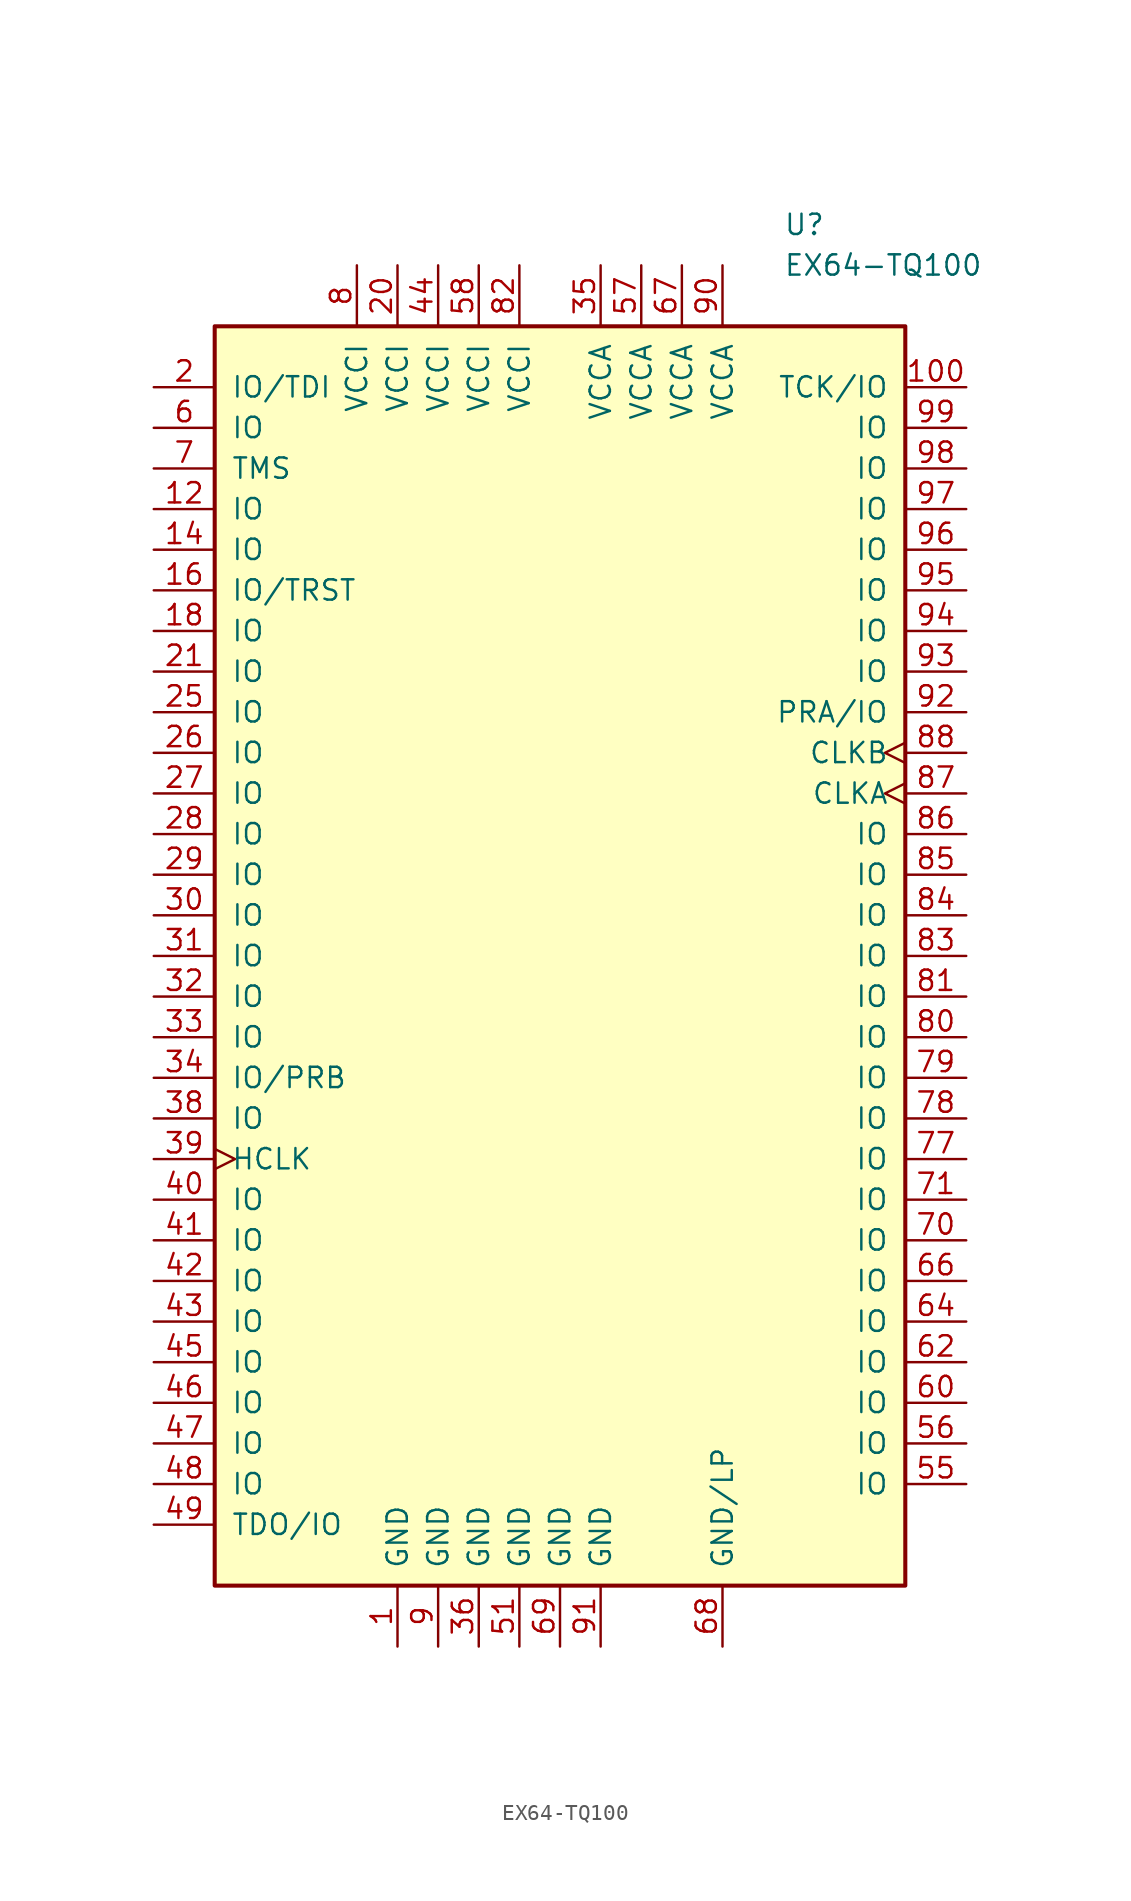
<source format=kicad_sym>
(kicad_symbol_lib
  (version 20201005)
  (generator kicad_symbol_editor)
  (symbol "EX64-TQ100"
    (pin_names
      (offset 1.016))
    (property "Reference" "U"
      (at 13.97 45.72 0)
      (effects (font (size 1.27 1.27)) (justify left)))
    (property "Value" "EX64-TQ100"
      (at 13.97 43.18 0)
      (effects (font (size 1.27 1.27)) (justify left)))
    (symbol "EX64-TQ100_0_1"
      (rectangle (start -21.59 39.37) (end 21.59 -39.37) (stroke (width 0.254)) (fill (type background))))
    (symbol "EX64-TQ100_1_1"
      (pin power_out line (at -10.16 -43.18 90) (length 3.81) (name "GND" (effects (font (size 1.27 1.27)))) (number "1" (effects (font (size 1.27 1.27)))))
      (pin bidirectional line (at 25.4 35.56 180) (length 3.81) (name "TCK/IO" (effects (font (size 1.27 1.27)))) (number "100" (effects (font (size 1.27 1.27)))))
      (pin bidirectional line (at -25.4 27.94 0) (length 3.81) (name "IO" (effects (font (size 1.27 1.27)))) (number "12" (effects (font (size 1.27 1.27)))))
      (pin bidirectional line (at -25.4 25.4 0) (length 3.81) (name "IO" (effects (font (size 1.27 1.27)))) (number "14" (effects (font (size 1.27 1.27)))))
      (pin bidirectional line (at -25.4 22.86 0) (length 3.81) (name "IO/TRST" (effects (font (size 1.27 1.27)))) (number "16" (effects (font (size 1.27 1.27)))))
      (pin bidirectional line (at -25.4 20.32 0) (length 3.81) (name "IO" (effects (font (size 1.27 1.27)))) (number "18" (effects (font (size 1.27 1.27)))))
      (pin bidirectional line (at -25.4 35.56 0) (length 3.81) (name "IO/TDI" (effects (font (size 1.27 1.27)))) (number "2" (effects (font (size 1.27 1.27)))))
      (pin power_in line (at -10.16 43.18 270) (length 3.81) (name "VCCI" (effects (font (size 1.27 1.27)))) (number "20" (effects (font (size 1.27 1.27)))))
      (pin bidirectional line (at -25.4 17.78 0) (length 3.81) (name "IO" (effects (font (size 1.27 1.27)))) (number "21" (effects (font (size 1.27 1.27)))))
      (pin bidirectional line (at -25.4 15.24 0) (length 3.81) (name "IO" (effects (font (size 1.27 1.27)))) (number "25" (effects (font (size 1.27 1.27)))))
      (pin bidirectional line (at -25.4 12.7 0) (length 3.81) (name "IO" (effects (font (size 1.27 1.27)))) (number "26" (effects (font (size 1.27 1.27)))))
      (pin bidirectional line (at -25.4 10.16 0) (length 3.81) (name "IO" (effects (font (size 1.27 1.27)))) (number "27" (effects (font (size 1.27 1.27)))))
      (pin bidirectional line (at -25.4 7.62 0) (length 3.81) (name "IO" (effects (font (size 1.27 1.27)))) (number "28" (effects (font (size 1.27 1.27)))))
      (pin bidirectional line (at -25.4 5.08 0) (length 3.81) (name "IO" (effects (font (size 1.27 1.27)))) (number "29" (effects (font (size 1.27 1.27)))))
      (pin bidirectional line (at -25.4 2.54 0) (length 3.81) (name "IO" (effects (font (size 1.27 1.27)))) (number "30" (effects (font (size 1.27 1.27)))))
      (pin bidirectional line (at -25.4 0 0) (length 3.81) (name "IO" (effects (font (size 1.27 1.27)))) (number "31" (effects (font (size 1.27 1.27)))))
      (pin bidirectional line (at -25.4 -2.54 0) (length 3.81) (name "IO" (effects (font (size 1.27 1.27)))) (number "32" (effects (font (size 1.27 1.27)))))
      (pin bidirectional line (at -25.4 -5.08 0) (length 3.81) (name "IO" (effects (font (size 1.27 1.27)))) (number "33" (effects (font (size 1.27 1.27)))))
      (pin bidirectional line (at -25.4 -7.62 0) (length 3.81) (name "IO/PRB" (effects (font (size 1.27 1.27)))) (number "34" (effects (font (size 1.27 1.27)))))
      (pin power_in line (at 2.54 43.18 270) (length 3.81) (name "VCCA" (effects (font (size 1.27 1.27)))) (number "35" (effects (font (size 1.27 1.27)))))
      (pin power_out line (at -5.08 -43.18 90) (length 3.81) (name "GND" (effects (font (size 1.27 1.27)))) (number "36" (effects (font (size 1.27 1.27)))))
      (pin bidirectional line (at -25.4 -10.16 0) (length 3.81) (name "IO" (effects (font (size 1.27 1.27)))) (number "38" (effects (font (size 1.27 1.27)))))
      (pin input clock (at -25.4 -12.7 0) (length 3.81) (name "HCLK" (effects (font (size 1.27 1.27)))) (number "39" (effects (font (size 1.27 1.27)))))
      (pin bidirectional line (at -25.4 -15.24 0) (length 3.81) (name "IO" (effects (font (size 1.27 1.27)))) (number "40" (effects (font (size 1.27 1.27)))))
      (pin bidirectional line (at -25.4 -17.78 0) (length 3.81) (name "IO" (effects (font (size 1.27 1.27)))) (number "41" (effects (font (size 1.27 1.27)))))
      (pin bidirectional line (at -25.4 -20.32 0) (length 3.81) (name "IO" (effects (font (size 1.27 1.27)))) (number "42" (effects (font (size 1.27 1.27)))))
      (pin bidirectional line (at -25.4 -22.86 0) (length 3.81) (name "IO" (effects (font (size 1.27 1.27)))) (number "43" (effects (font (size 1.27 1.27)))))
      (pin power_in line (at -7.62 43.18 270) (length 3.81) (name "VCCI" (effects (font (size 1.27 1.27)))) (number "44" (effects (font (size 1.27 1.27)))))
      (pin bidirectional line (at -25.4 -25.4 0) (length 3.81) (name "IO" (effects (font (size 1.27 1.27)))) (number "45" (effects (font (size 1.27 1.27)))))
      (pin bidirectional line (at -25.4 -27.94 0) (length 3.81) (name "IO" (effects (font (size 1.27 1.27)))) (number "46" (effects (font (size 1.27 1.27)))))
      (pin bidirectional line (at -25.4 -30.48 0) (length 3.81) (name "IO" (effects (font (size 1.27 1.27)))) (number "47" (effects (font (size 1.27 1.27)))))
      (pin bidirectional line (at -25.4 -33.02 0) (length 3.81) (name "IO" (effects (font (size 1.27 1.27)))) (number "48" (effects (font (size 1.27 1.27)))))
      (pin bidirectional line (at -25.4 -35.56 0) (length 3.81) (name "TDO/IO" (effects (font (size 1.27 1.27)))) (number "49" (effects (font (size 1.27 1.27)))))
      (pin power_out line (at -2.54 -43.18 90) (length 3.81) (name "GND" (effects (font (size 1.27 1.27)))) (number "51" (effects (font (size 1.27 1.27)))))
      (pin bidirectional line (at 25.4 -33.02 180) (length 3.81) (name "IO" (effects (font (size 1.27 1.27)))) (number "55" (effects (font (size 1.27 1.27)))))
      (pin bidirectional line (at 25.4 -30.48 180) (length 3.81) (name "IO" (effects (font (size 1.27 1.27)))) (number "56" (effects (font (size 1.27 1.27)))))
      (pin power_in line (at 5.08 43.18 270) (length 3.81) (name "VCCA" (effects (font (size 1.27 1.27)))) (number "57" (effects (font (size 1.27 1.27)))))
      (pin power_in line (at -5.08 43.18 270) (length 3.81) (name "VCCI" (effects (font (size 1.27 1.27)))) (number "58" (effects (font (size 1.27 1.27)))))
      (pin bidirectional line (at -25.4 33.02 0) (length 3.81) (name "IO" (effects (font (size 1.27 1.27)))) (number "6" (effects (font (size 1.27 1.27)))))
      (pin bidirectional line (at 25.4 -27.94 180) (length 3.81) (name "IO" (effects (font (size 1.27 1.27)))) (number "60" (effects (font (size 1.27 1.27)))))
      (pin bidirectional line (at 25.4 -25.4 180) (length 3.81) (name "IO" (effects (font (size 1.27 1.27)))) (number "62" (effects (font (size 1.27 1.27)))))
      (pin bidirectional line (at 25.4 -22.86 180) (length 3.81) (name "IO" (effects (font (size 1.27 1.27)))) (number "64" (effects (font (size 1.27 1.27)))))
      (pin bidirectional line (at 25.4 -20.32 180) (length 3.81) (name "IO" (effects (font (size 1.27 1.27)))) (number "66" (effects (font (size 1.27 1.27)))))
      (pin power_in line (at 7.62 43.18 270) (length 3.81) (name "VCCA" (effects (font (size 1.27 1.27)))) (number "67" (effects (font (size 1.27 1.27)))))
      (pin power_out line (at 10.16 -43.18 90) (length 3.81) (name "GND/LP" (effects (font (size 1.27 1.27)))) (number "68" (effects (font (size 1.27 1.27)))))
      (pin power_out line (at 0 -43.18 90) (length 3.81) (name "GND" (effects (font (size 1.27 1.27)))) (number "69" (effects (font (size 1.27 1.27)))))
      (pin input line (at -25.4 30.48 0) (length 3.81) (name "TMS" (effects (font (size 1.27 1.27)))) (number "7" (effects (font (size 1.27 1.27)))))
      (pin bidirectional line (at 25.4 -17.78 180) (length 3.81) (name "IO" (effects (font (size 1.27 1.27)))) (number "70" (effects (font (size 1.27 1.27)))))
      (pin bidirectional line (at 25.4 -15.24 180) (length 3.81) (name "IO" (effects (font (size 1.27 1.27)))) (number "71" (effects (font (size 1.27 1.27)))))
      (pin bidirectional line (at 25.4 -12.7 180) (length 3.81) (name "IO" (effects (font (size 1.27 1.27)))) (number "77" (effects (font (size 1.27 1.27)))))
      (pin bidirectional line (at 25.4 -10.16 180) (length 3.81) (name "IO" (effects (font (size 1.27 1.27)))) (number "78" (effects (font (size 1.27 1.27)))))
      (pin bidirectional line (at 25.4 -7.62 180) (length 3.81) (name "IO" (effects (font (size 1.27 1.27)))) (number "79" (effects (font (size 1.27 1.27)))))
      (pin power_in line (at -12.7 43.18 270) (length 3.81) (name "VCCI" (effects (font (size 1.27 1.27)))) (number "8" (effects (font (size 1.27 1.27)))))
      (pin bidirectional line (at 25.4 -5.08 180) (length 3.81) (name "IO" (effects (font (size 1.27 1.27)))) (number "80" (effects (font (size 1.27 1.27)))))
      (pin bidirectional line (at 25.4 -2.54 180) (length 3.81) (name "IO" (effects (font (size 1.27 1.27)))) (number "81" (effects (font (size 1.27 1.27)))))
      (pin power_in line (at -2.54 43.18 270) (length 3.81) (name "VCCI" (effects (font (size 1.27 1.27)))) (number "82" (effects (font (size 1.27 1.27)))))
      (pin bidirectional line (at 25.4 0 180) (length 3.81) (name "IO" (effects (font (size 1.27 1.27)))) (number "83" (effects (font (size 1.27 1.27)))))
      (pin bidirectional line (at 25.4 2.54 180) (length 3.81) (name "IO" (effects (font (size 1.27 1.27)))) (number "84" (effects (font (size 1.27 1.27)))))
      (pin bidirectional line (at 25.4 5.08 180) (length 3.81) (name "IO" (effects (font (size 1.27 1.27)))) (number "85" (effects (font (size 1.27 1.27)))))
      (pin bidirectional line (at 25.4 7.62 180) (length 3.81) (name "IO" (effects (font (size 1.27 1.27)))) (number "86" (effects (font (size 1.27 1.27)))))
      (pin input clock (at 25.4 10.16 180) (length 3.81) (name "CLKA" (effects (font (size 1.27 1.27)))) (number "87" (effects (font (size 1.27 1.27)))))
      (pin input clock (at 25.4 12.7 180) (length 3.81) (name "CLKB" (effects (font (size 1.27 1.27)))) (number "88" (effects (font (size 1.27 1.27)))))
      (pin power_out line (at -7.62 -43.18 90) (length 3.81) (name "GND" (effects (font (size 1.27 1.27)))) (number "9" (effects (font (size 1.27 1.27)))))
      (pin power_in line (at 10.16 43.18 270) (length 3.81) (name "VCCA" (effects (font (size 1.27 1.27)))) (number "90" (effects (font (size 1.27 1.27)))))
      (pin power_in line (at 2.54 -43.18 90) (length 3.81) (name "GND" (effects (font (size 1.27 1.27)))) (number "91" (effects (font (size 1.27 1.27)))))
      (pin bidirectional line (at 25.4 15.24 180) (length 3.81) (name "PRA/IO" (effects (font (size 1.27 1.27)))) (number "92" (effects (font (size 1.27 1.27)))))
      (pin bidirectional line (at 25.4 17.78 180) (length 3.81) (name "IO" (effects (font (size 1.27 1.27)))) (number "93" (effects (font (size 1.27 1.27)))))
      (pin bidirectional line (at 25.4 20.32 180) (length 3.81) (name "IO" (effects (font (size 1.27 1.27)))) (number "94" (effects (font (size 1.27 1.27)))))
      (pin bidirectional line (at 25.4 22.86 180) (length 3.81) (name "IO" (effects (font (size 1.27 1.27)))) (number "95" (effects (font (size 1.27 1.27)))))
      (pin bidirectional line (at 25.4 25.4 180) (length 3.81) (name "IO" (effects (font (size 1.27 1.27)))) (number "96" (effects (font (size 1.27 1.27)))))
      (pin bidirectional line (at 25.4 27.94 180) (length 3.81) (name "IO" (effects (font (size 1.27 1.27)))) (number "97" (effects (font (size 1.27 1.27)))))
      (pin bidirectional line (at 25.4 30.48 180) (length 3.81) (name "IO" (effects (font (size 1.27 1.27)))) (number "98" (effects (font (size 1.27 1.27)))))
      (pin bidirectional line (at 25.4 33.02 180) (length 3.81) (name "IO" (effects (font (size 1.27 1.27)))) (number "99" (effects (font (size 1.27 1.27))))))))
</source>
